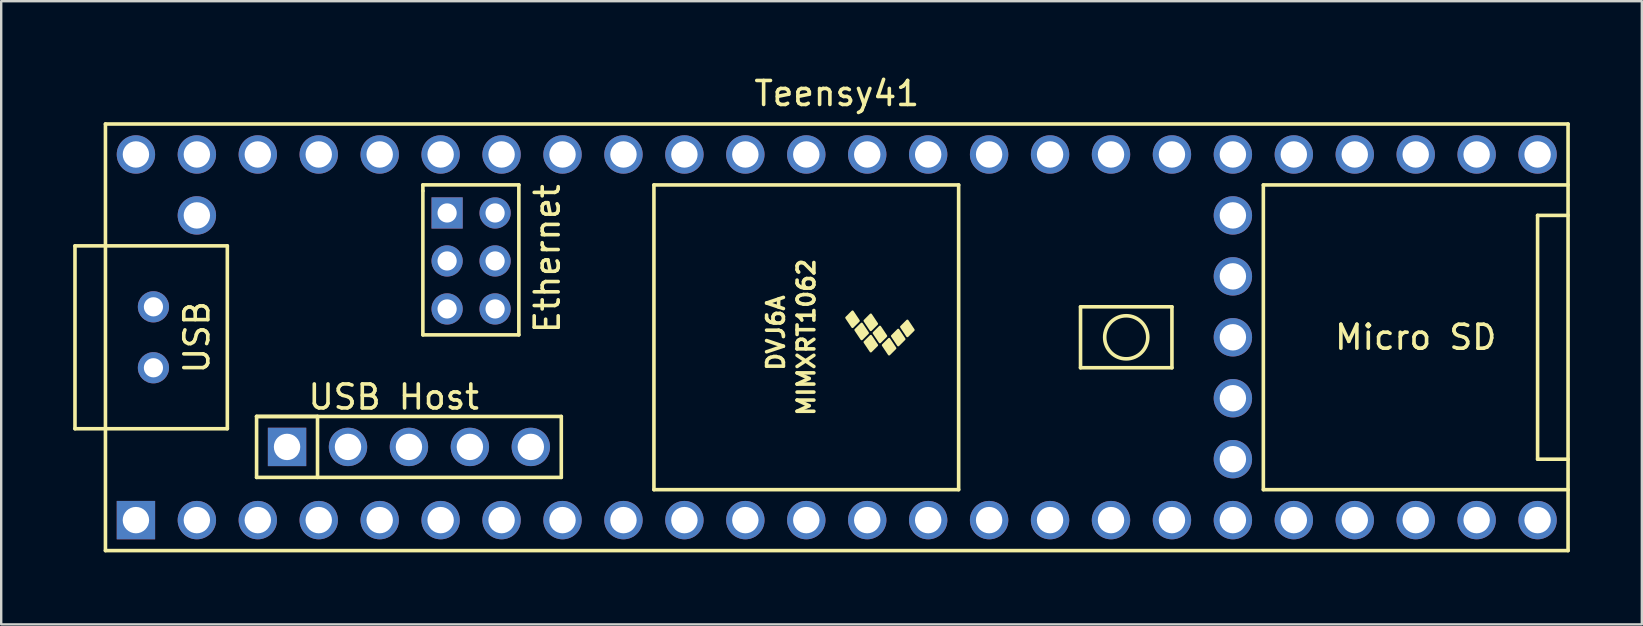
<source format=kicad_pcb>
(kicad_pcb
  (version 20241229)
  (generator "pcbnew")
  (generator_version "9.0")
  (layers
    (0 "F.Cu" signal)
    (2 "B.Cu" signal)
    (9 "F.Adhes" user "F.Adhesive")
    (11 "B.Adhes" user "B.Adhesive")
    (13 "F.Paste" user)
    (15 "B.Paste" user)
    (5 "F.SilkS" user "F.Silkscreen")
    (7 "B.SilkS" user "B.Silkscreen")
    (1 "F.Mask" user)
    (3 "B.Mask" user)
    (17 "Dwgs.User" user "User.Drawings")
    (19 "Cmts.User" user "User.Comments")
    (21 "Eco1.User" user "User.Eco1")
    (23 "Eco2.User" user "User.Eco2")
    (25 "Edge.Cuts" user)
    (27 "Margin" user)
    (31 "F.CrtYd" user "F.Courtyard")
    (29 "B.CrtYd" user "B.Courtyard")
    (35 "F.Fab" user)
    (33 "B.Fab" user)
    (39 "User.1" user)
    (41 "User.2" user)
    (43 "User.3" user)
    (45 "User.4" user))
  (footprint "Teensy41"
    (layer "F.Cu")
    (at 31.825 11.008)
    (property "Reference" "Teensy41" (at 0 -10.16 0) (layer "F.SilkS") (effects (font (size 1 1) (thickness 0.15))))
    (attr through_hole)
    (fp_line (start -31.75 -3.81) (end -30.48 -3.81) (stroke (width 0.15) (type solid)) (layer "F.SilkS"))
    (fp_line (start -31.75 3.81) (end -31.75 -3.81) (stroke (width 0.15) (type solid)) (layer "F.SilkS"))
    (fp_line (start -30.48 -8.89) (end 30.48 -8.89) (stroke (width 0.15) (type solid)) (layer "F.SilkS"))
    (fp_line (start -30.48 3.81) (end -31.75 3.81) (stroke (width 0.15) (type solid)) (layer "F.SilkS"))
    (fp_line (start -30.48 8.89) (end -30.48 -8.89) (stroke (width 0.15) (type solid)) (layer "F.SilkS"))
    (fp_line (start -25.4 -3.81) (end -30.48 -3.81) (stroke (width 0.15) (type solid)) (layer "F.SilkS"))
    (fp_line (start -25.4 3.81) (end -30.48 3.81) (stroke (width 0.15) (type solid)) (layer "F.SilkS"))
    (fp_line (start -25.4 3.81) (end -25.4 -3.81) (stroke (width 0.15) (type solid)) (layer "F.SilkS"))
    (fp_line (start -24.181 3.299) (end -21.641 3.299) (stroke (width 0.15) (type solid)) (layer "F.SilkS"))
    (fp_line (start -24.181 3.299) (end -11.481 3.299) (stroke (width 0.15) (type solid)) (layer "F.SilkS"))
    (fp_line (start -24.181 5.839) (end -24.181 3.299) (stroke (width 0.15) (type solid)) (layer "F.SilkS"))
    (fp_line (start -21.641 3.299) (end -21.641 5.839) (stroke (width 0.15) (type solid)) (layer "F.SilkS"))
    (fp_line (start -17.25 -6.352) (end -17.25 -6.102) (stroke (width 0.15) (type solid)) (layer "F.SilkS"))
    (fp_line (start -17.25 -6.102) (end -17.25 -0.102) (stroke (width 0.15) (type solid)) (layer "F.SilkS"))
    (fp_line (start -17.25 -0.102) (end -13.25 -0.102) (stroke (width 0.15) (type solid)) (layer "F.SilkS"))
    (fp_line (start -13.25 -6.352) (end -17.25 -6.352) (stroke (width 0.15) (type solid)) (layer "F.SilkS"))
    (fp_line (start -13.25 -0.102) (end -13.25 -6.352) (stroke (width 0.15) (type solid)) (layer "F.SilkS"))
    (fp_line (start -11.481 3.299) (end -11.481 5.839) (stroke (width 0.15) (type solid)) (layer "F.SilkS"))
    (fp_line (start -11.481 5.839) (end -24.181 5.839) (stroke (width 0.15) (type solid)) (layer "F.SilkS"))
    (fp_line (start -7.62 -6.35) (end -7.62 6.35) (stroke (width 0.15) (type solid)) (layer "F.SilkS"))
    (fp_line (start -7.62 6.35) (end 5.08 6.35) (stroke (width 0.15) (type solid)) (layer "F.SilkS"))
    (fp_line (start 5.08 -6.35) (end -7.62 -6.35) (stroke (width 0.15) (type solid)) (layer "F.SilkS"))
    (fp_line (start 5.08 6.35) (end 5.08 -6.35) (stroke (width 0.15) (type solid)) (layer "F.SilkS"))
    (fp_line (start 10.16 -1.27) (end 13.97 -1.27) (stroke (width 0.15) (type solid)) (layer "F.SilkS"))
    (fp_line (start 10.16 1.27) (end 10.16 -1.27) (stroke (width 0.15) (type solid)) (layer "F.SilkS"))
    (fp_line (start 13.97 -1.27) (end 13.97 1.27) (stroke (width 0.15) (type solid)) (layer "F.SilkS"))
    (fp_line (start 13.97 1.27) (end 10.16 1.27) (stroke (width 0.15) (type solid)) (layer "F.SilkS"))
    (fp_line (start 17.78 -6.35) (end 17.78 6.35) (stroke (width 0.15) (type solid)) (layer "F.SilkS"))
    (fp_line (start 17.78 6.35) (end 30.48 6.35) (stroke (width 0.15) (type solid)) (layer "F.SilkS"))
    (fp_line (start 29.21 -5.08) (end 29.21 5.08) (stroke (width 0.15) (type solid)) (layer "F.SilkS"))
    (fp_line (start 29.21 5.08) (end 30.48 5.08) (stroke (width 0.15) (type solid)) (layer "F.SilkS"))
    (fp_line (start 30.48 -8.89) (end 30.48 8.89) (stroke (width 0.15) (type solid)) (layer "F.SilkS"))
    (fp_line (start 30.48 -6.35) (end 17.78 -6.35) (stroke (width 0.15) (type solid)) (layer "F.SilkS"))
    (fp_line (start 30.48 -5.08) (end 29.21 -5.08) (stroke (width 0.15) (type solid)) (layer "F.SilkS"))
    (fp_line (start 30.48 8.89) (end -30.48 8.89) (stroke (width 0.15) (type solid)) (layer "F.SilkS"))
    (fp_circle (center 12.065 0) (end 12.7 -0.635) (stroke (width 0.15) (type solid)) (fill no) (layer "F.SilkS"))
    (fp_poly (pts (xy 0.911 -0.688) (xy 0.657 -0.434) (xy 0.403 -0.815) (xy 0.657 -1.069)) (stroke (width 0.1) (type solid)) (fill yes) (layer "F.SilkS"))
    (fp_poly (pts (xy 1.292 -0.18) (xy 1.038 0.074) (xy 0.784 -0.307) (xy 1.038 -0.561)) (stroke (width 0.1) (type solid)) (fill yes) (layer "F.SilkS"))
    (fp_poly (pts (xy 1.673 -0.561) (xy 1.419 -0.307) (xy 1.165 -0.688) (xy 1.419 -0.942)) (stroke (width 0.1) (type solid)) (fill yes) (layer "F.SilkS"))
    (fp_poly (pts (xy 1.673 0.328) (xy 1.419 0.582) (xy 1.165 0.201) (xy 1.419 -0.053)) (stroke (width 0.1) (type solid)) (fill yes) (layer "F.SilkS"))
    (fp_poly (pts (xy 2.054 -0.053) (xy 1.8 0.201) (xy 1.546 -0.18) (xy 1.8 -0.434)) (stroke (width 0.1) (type solid)) (fill yes) (layer "F.SilkS"))
    (fp_poly (pts (xy 2.435 0.455) (xy 2.181 0.709) (xy 1.927 0.328) (xy 2.181 0.074)) (stroke (width 0.1) (type solid)) (fill yes) (layer "F.SilkS"))
    (fp_poly (pts (xy 2.816 0.074) (xy 2.562 0.328) (xy 2.308 -0.053) (xy 2.562 -0.307)) (stroke (width 0.1) (type solid)) (fill yes) (layer "F.SilkS"))
    (fp_poly (pts (xy 3.197 -0.307) (xy 2.943 -0.053) (xy 2.689 -0.434) (xy 2.943 -0.688)) (stroke (width 0.1) (type solid)) (fill yes) (layer "F.SilkS"))
    (fp_text user "Micro SD" (at 24.13 0 0) (layer "F.SilkS") (effects (font (size 1 1) (thickness 0.15))))
    (fp_text user "USB" (at -26.67 0 270) (layer "F.SilkS") (effects (font (size 1 1) (thickness 0.15))))
    (fp_text user "MIMXRT1062" (at -1.27 0 270) (layer "F.SilkS") (effects (font (size 0.7 0.7) (thickness 0.15))))
    (fp_text user "DVJ6A" (at -2.54 -0.18 270) (layer "F.SilkS") (effects (font (size 0.7 0.7) (thickness 0.15))))
    (fp_text user "Ethernet" (at -12.065 -3.277 90) (layer "F.SilkS") (effects (font (size 1 1) (thickness 0.15))))
    (fp_text user "USB Host" (at -18.466 2.489 0) (layer "F.SilkS") (effects (font (size 1 1) (thickness 0.15))))
    (pad "1" thru_hole rect (at -29.21 7.62) (size 1.6 1.6) (drill 1.1) (layers "*.Cu" "*.Mask"))
    (pad "2" thru_hole circle (at -26.67 7.62) (size 1.6 1.6) (drill 1.1) (layers "*.Cu" "*.Mask"))
    (pad "3" thru_hole circle (at -24.13 7.62) (size 1.6 1.6) (drill 1.1) (layers "*.Cu" "*.Mask"))
    (pad "4" thru_hole circle (at -21.59 7.62) (size 1.6 1.6) (drill 1.1) (layers "*.Cu" "*.Mask"))
    (pad "5" thru_hole circle (at -19.05 7.62) (size 1.6 1.6) (drill 1.1) (layers "*.Cu" "*.Mask"))
    (pad "6" thru_hole circle (at -16.51 7.62) (size 1.6 1.6) (drill 1.1) (layers "*.Cu" "*.Mask"))
    (pad "7" thru_hole circle (at -13.97 7.62) (size 1.6 1.6) (drill 1.1) (layers "*.Cu" "*.Mask"))
    (pad "8" thru_hole circle (at -11.43 7.62) (size 1.6 1.6) (drill 1.1) (layers "*.Cu" "*.Mask"))
    (pad "9" thru_hole circle (at -8.89 7.62) (size 1.6 1.6) (drill 1.1) (layers "*.Cu" "*.Mask"))
    (pad "10" thru_hole circle (at -6.35 7.62) (size 1.6 1.6) (drill 1.1) (layers "*.Cu" "*.Mask"))
    (pad "11" thru_hole circle (at -3.81 7.62) (size 1.6 1.6) (drill 1.1) (layers "*.Cu" "*.Mask"))
    (pad "12" thru_hole circle (at -1.27 7.62) (size 1.6 1.6) (drill 1.1) (layers "*.Cu" "*.Mask"))
    (pad "13" thru_hole circle (at 1.27 7.62) (size 1.6 1.6) (drill 1.1) (layers "*.Cu" "*.Mask"))
    (pad "14" thru_hole circle (at 3.81 7.62) (size 1.6 1.6) (drill 1.1) (layers "*.Cu" "*.Mask"))
    (pad "15" thru_hole circle (at 6.35 7.62) (size 1.6 1.6) (drill 1.1) (layers "*.Cu" "*.Mask"))
    (pad "16" thru_hole circle (at 8.89 7.62) (size 1.6 1.6) (drill 1.1) (layers "*.Cu" "*.Mask"))
    (pad "17" thru_hole circle (at 11.43 7.62) (size 1.6 1.6) (drill 1.1) (layers "*.Cu" "*.Mask"))
    (pad "18" thru_hole circle (at 13.97 7.62) (size 1.6 1.6) (drill 1.1) (layers "*.Cu" "*.Mask"))
    (pad "19" thru_hole circle (at 16.51 7.62) (size 1.6 1.6) (drill 1.1) (layers "*.Cu" "*.Mask"))
    (pad "20" thru_hole circle (at 19.05 7.62) (size 1.6 1.6) (drill 1.1) (layers "*.Cu" "*.Mask"))
    (pad "21" thru_hole circle (at 21.59 7.62) (size 1.6 1.6) (drill 1.1) (layers "*.Cu" "*.Mask"))
    (pad "22" thru_hole circle (at 24.13 7.62) (size 1.6 1.6) (drill 1.1) (layers "*.Cu" "*.Mask"))
    (pad "23" thru_hole circle (at 26.67 7.62) (size 1.6 1.6) (drill 1.1) (layers "*.Cu" "*.Mask"))
    (pad "24" thru_hole circle (at 29.21 7.62) (size 1.6 1.6) (drill 1.1) (layers "*.Cu" "*.Mask"))
    (pad "25" thru_hole circle (at 29.21 -7.62) (size 1.6 1.6) (drill 1.1) (layers "*.Cu" "*.Mask"))
    (pad "26" thru_hole circle (at 26.67 -7.62) (size 1.6 1.6) (drill 1.1) (layers "*.Cu" "*.Mask"))
    (pad "27" thru_hole circle (at 24.13 -7.62) (size 1.6 1.6) (drill 1.1) (layers "*.Cu" "*.Mask"))
    (pad "28" thru_hole circle (at 21.59 -7.62) (size 1.6 1.6) (drill 1.1) (layers "*.Cu" "*.Mask"))
    (pad "29" thru_hole circle (at 19.05 -7.62) (size 1.6 1.6) (drill 1.1) (layers "*.Cu" "*.Mask"))
    (pad "30" thru_hole circle (at 16.51 -7.62) (size 1.6 1.6) (drill 1.1) (layers "*.Cu" "*.Mask"))
    (pad "31" thru_hole circle (at 13.97 -7.62) (size 1.6 1.6) (drill 1.1) (layers "*.Cu" "*.Mask"))
    (pad "32" thru_hole circle (at 11.43 -7.62) (size 1.6 1.6) (drill 1.1) (layers "*.Cu" "*.Mask"))
    (pad "33" thru_hole circle (at 8.89 -7.62) (size 1.6 1.6) (drill 1.1) (layers "*.Cu" "*.Mask"))
    (pad "34" thru_hole circle (at 6.35 -7.62) (size 1.6 1.6) (drill 1.1) (layers "*.Cu" "*.Mask"))
    (pad "35" thru_hole circle (at 3.81 -7.62) (size 1.6 1.6) (drill 1.1) (layers "*.Cu" "*.Mask"))
    (pad "36" thru_hole circle (at 1.27 -7.62) (size 1.6 1.6) (drill 1.1) (layers "*.Cu" "*.Mask"))
    (pad "37" thru_hole circle (at -1.27 -7.62) (size 1.6 1.6) (drill 1.1) (layers "*.Cu" "*.Mask"))
    (pad "38" thru_hole circle (at -3.81 -7.62) (size 1.6 1.6) (drill 1.1) (layers "*.Cu" "*.Mask"))
    (pad "39" thru_hole circle (at -6.35 -7.62) (size 1.6 1.6) (drill 1.1) (layers "*.Cu" "*.Mask"))
    (pad "40" thru_hole circle (at -8.89 -7.62) (size 1.6 1.6) (drill 1.1) (layers "*.Cu" "*.Mask"))
    (pad "41" thru_hole circle (at -11.43 -7.62) (size 1.6 1.6) (drill 1.1) (layers "*.Cu" "*.Mask"))
    (pad "42" thru_hole circle (at -13.97 -7.62) (size 1.6 1.6) (drill 1.1) (layers "*.Cu" "*.Mask"))
    (pad "43" thru_hole circle (at -16.51 -7.62) (size 1.6 1.6) (drill 1.1) (layers "*.Cu" "*.Mask"))
    (pad "44" thru_hole circle (at -19.05 -7.62) (size 1.6 1.6) (drill 1.1) (layers "*.Cu" "*.Mask"))
    (pad "45" thru_hole circle (at -21.59 -7.62) (size 1.6 1.6) (drill 1.1) (layers "*.Cu" "*.Mask"))
    (pad "46" thru_hole circle (at -24.13 -7.62) (size 1.6 1.6) (drill 1.1) (layers "*.Cu" "*.Mask"))
    (pad "47" thru_hole circle (at -26.67 -7.62) (size 1.6 1.6) (drill 1.1) (layers "*.Cu" "*.Mask"))
    (pad "48" thru_hole circle (at -29.21 -7.62) (size 1.6 1.6) (drill 1.1) (layers "*.Cu" "*.Mask"))
    (pad "49" thru_hole circle (at -26.67 -5.08) (size 1.6 1.6) (drill 1.1) (layers "*.Cu" "*.Mask"))
    (pad "50" thru_hole circle (at 16.51 5.08) (size 1.6 1.6) (drill 1.1) (layers "*.Cu" "*.Mask"))
    (pad "51" thru_hole circle (at 16.51 2.54) (size 1.6 1.6) (drill 1.1) (layers "*.Cu" "*.Mask"))
    (pad "52" thru_hole circle (at 16.51 0) (size 1.6 1.6) (drill 1.1) (layers "*.Cu" "*.Mask"))
    (pad "53" thru_hole circle (at 16.51 -2.54) (size 1.6 1.6) (drill 1.1) (layers "*.Cu" "*.Mask"))
    (pad "54" thru_hole circle (at 16.51 -5.08) (size 1.6 1.6) (drill 1.1) (layers "*.Cu" "*.Mask"))
    (pad "55" thru_hole rect (at -22.911 4.569) (size 1.6 1.6) (drill 1.1) (layers "*.Cu" "*.Mask"))
    (pad "56" thru_hole circle (at -20.371 4.569) (size 1.6 1.6) (drill 1.1) (layers "*.Cu" "*.Mask"))
    (pad "57" thru_hole circle (at -17.831 4.569) (size 1.6 1.6) (drill 1.1) (layers "*.Cu" "*.Mask"))
    (pad "58" thru_hole circle (at -15.291 4.569) (size 1.6 1.6) (drill 1.1) (layers "*.Cu" "*.Mask"))
    (pad "59" thru_hole circle (at -12.751 4.569) (size 1.6 1.6) (drill 1.1) (layers "*.Cu" "*.Mask"))
    (pad "60" thru_hole rect (at -16.24 -5.182) (size 1.3 1.3) (drill 0.8) (layers "*.Cu" "*.Mask"))
    (pad "61" thru_hole circle (at -16.24 -3.182) (size 1.3 1.3) (drill 0.8) (layers "*.Cu" "*.Mask"))
    (pad "62" thru_hole circle (at -16.24 -1.182) (size 1.3 1.3) (drill 0.8) (layers "*.Cu" "*.Mask"))
    (pad "63" thru_hole circle (at -14.24 -1.182) (size 1.3 1.3) (drill 0.8) (layers "*.Cu" "*.Mask"))
    (pad "64" thru_hole circle (at -14.24 -3.182) (size 1.3 1.3) (drill 0.8) (layers "*.Cu" "*.Mask"))
    (pad "65" thru_hole circle (at -14.24 -5.182) (size 1.3 1.3) (drill 0.8) (layers "*.Cu" "*.Mask"))
    (pad "66" thru_hole circle (at -28.48 -1.27) (size 1.3 1.3) (drill 0.8) (layers "*.Cu" "*.Mask"))
    (pad "67" thru_hole circle (at -28.48 1.27) (size 1.3 1.3) (drill 0.8) (layers "*.Cu" "*.Mask")))
  (gr_rect
    (start -3 -3)
    (end 65.38 22.973)
    (stroke (width 0.1) (type default))
    (fill no)
    (layer "Edge.Cuts")))
</source>
